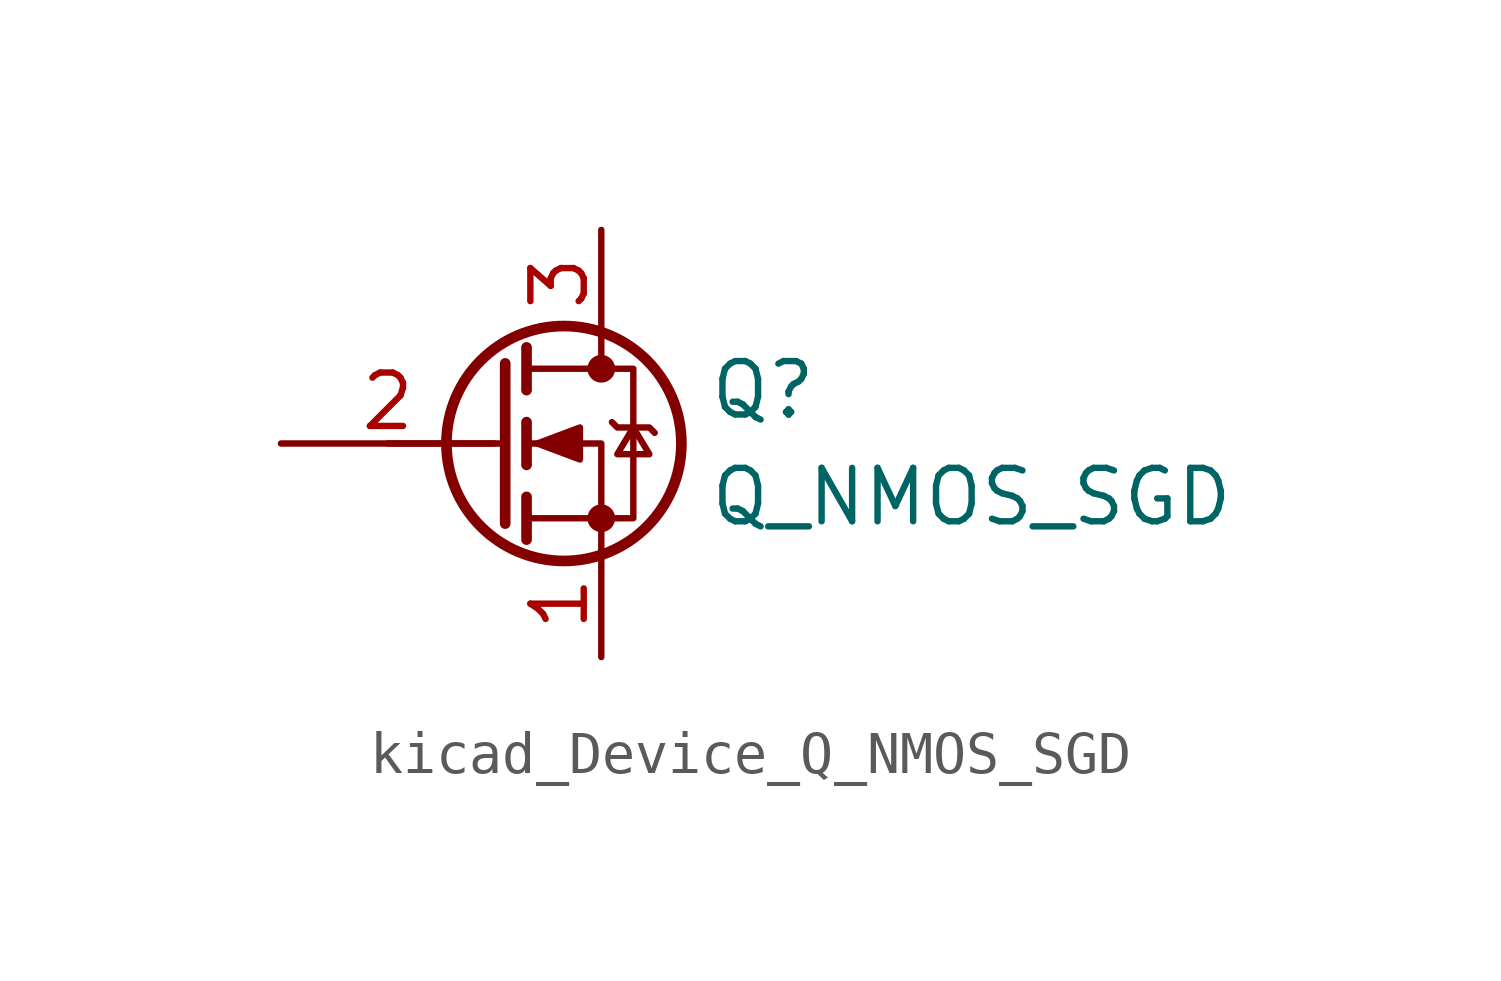
<source format=kicad_sym>
(kicad_symbol_lib
  (version 20220914)
  (generator kicad_symbol_editor)
  (symbol "kicad_Device_Q_NMOS_SGD"
    (pin_names
      (offset 0) hide)
    (property "Reference" "Q"
      (at 5.08 1.27 0)
      (effects (font (size 1.27 1.27)) (justify left)))
    (property "Value" "Q_NMOS_SGD"
      (at 5.08 -1.27 0)
      (effects (font (size 1.27 1.27)) (justify left)))
    (symbol "kicad_Device_Q_NMOS_SGD_0_1"
      (polyline (pts (xy 0.254 0) (xy -2.54 0)) (stroke (width 0) (type default)) (fill (type none)))
      (polyline (pts (xy 0.254 1.905) (xy 0.254 -1.905)) (stroke (width 0.254) (type default)) (fill (type none)))
      (polyline (pts (xy 0.762 -1.27) (xy 0.762 -2.286)) (stroke (width 0.254) (type default)) (fill (type none)))
      (polyline (pts (xy 0.762 0.508) (xy 0.762 -0.508)) (stroke (width 0.254) (type default)) (fill (type none)))
      (polyline (pts (xy 0.762 2.286) (xy 0.762 1.27)) (stroke (width 0.254) (type default)) (fill (type none)))
      (polyline (pts (xy 2.54 2.54) (xy 2.54 1.778)) (stroke (width 0) (type default)) (fill (type none)))
      (polyline (pts (xy 2.54 -2.54) (xy 2.54 0) (xy 0.762 0)) (stroke (width 0) (type default)) (fill (type none)))
      (polyline (pts (xy 0.762 -1.778) (xy 3.302 -1.778) (xy 3.302 1.778) (xy 0.762 1.778)) (stroke (width 0) (type default)) (fill (type none)))
      (polyline (pts (xy 1.016 0) (xy 2.032 0.381) (xy 2.032 -0.381) (xy 1.016 0)) (stroke (width 0) (type default)) (fill (type outline)))
      (polyline (pts (xy 2.794 0.508) (xy 2.921 0.381) (xy 3.683 0.381) (xy 3.81 0.254)) (stroke (width 0) (type default)) (fill (type none)))
      (polyline (pts (xy 3.302 0.381) (xy 2.921 -0.254) (xy 3.683 -0.254) (xy 3.302 0.381)) (stroke (width 0) (type default)) (fill (type none)))
      (circle (center 1.651 0) (radius 2.794) (stroke (width 0.254) (type default)) (fill (type none)))
      (circle (center 2.54 -1.778) (radius 0.254) (stroke (width 0) (type default)) (fill (type outline)))
      (circle (center 2.54 1.778) (radius 0.254) (stroke (width 0) (type default)) (fill (type outline))))
    (symbol "kicad_Device_Q_NMOS_SGD_1_1"
      (pin passive line (at 2.54 -5.08 90) (length 2.54) (name "S" (effects (font (size 1.27 1.27)))) (number "1" (effects (font (size 1.27 1.27)))))
      (pin input line (at -5.08 0 0) (length 5.08) (name "G" (effects (font (size 1.27 1.27)))) (number "2" (effects (font (size 1.27 1.27)))))
      (pin passive line (at 2.54 5.08 270) (length 2.54) (name "D" (effects (font (size 1.27 1.27)))) (number "3" (effects (font (size 1.27 1.27))))))))
</source>
